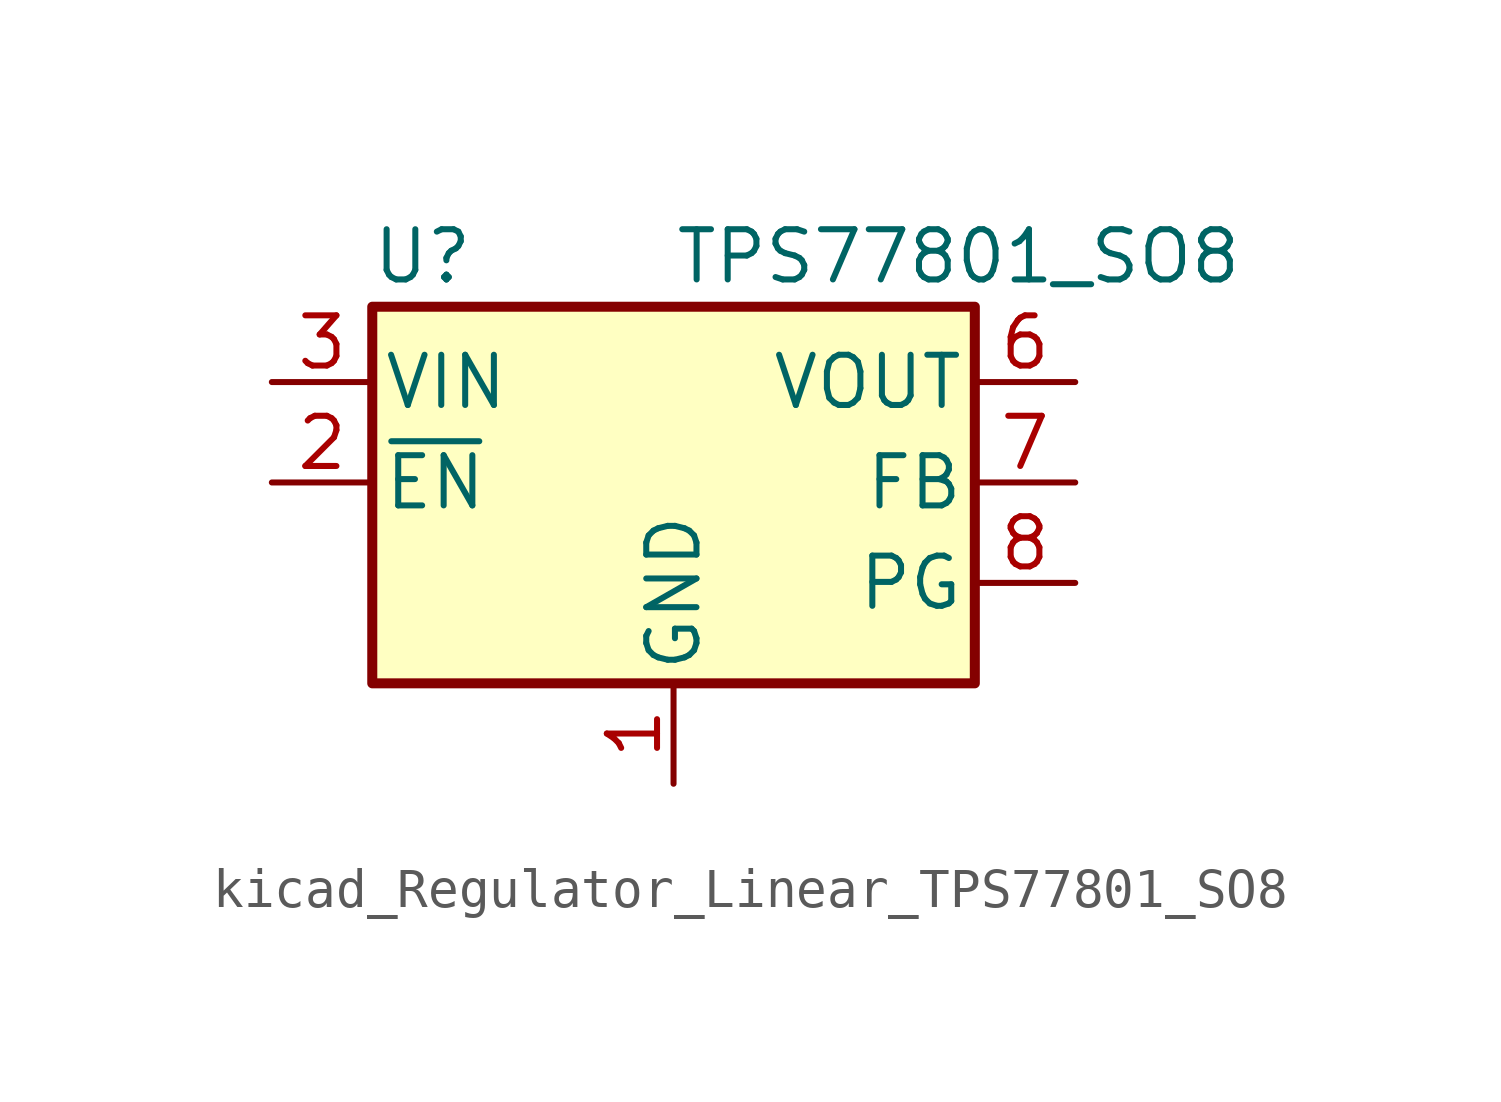
<source format=kicad_sym>
(kicad_symbol_lib
  (version 20220914)
  (generator kicad_symbol_editor)
  (symbol "kicad_Regulator_Linear_TPS77801_SO8"
    (pin_names
      (offset 0.254))
    (property "Reference" "U"
      (at -6.35 5.715 0)
      (effects (font (size 1.27 1.27))))
    (property "Value" "TPS77801_SO8"
      (at 0 5.715 0)
      (effects (font (size 1.27 1.27)) (justify left)))
    (symbol "kicad_Regulator_Linear_TPS77801_SO8_0_1"
      (rectangle (start -7.62 4.445) (end 7.62 -5.08) (stroke (width 0.254) (type default)) (fill (type background))))
    (symbol "kicad_Regulator_Linear_TPS77801_SO8_1_1"
      (pin power_in line (at 0 -7.62 90) (length 2.54) (name "GND" (effects (font (size 1.27 1.27)))) (number "1" (effects (font (size 1.27 1.27)))))
      (pin input line (at -10.16 0 0) (length 2.54) (name "~{EN}" (effects (font (size 1.27 1.27)))) (number "2" (effects (font (size 1.27 1.27)))))
      (pin power_in line (at -10.16 2.54 0) (length 2.54) (name "VIN" (effects (font (size 1.27 1.27)))) (number "3" (effects (font (size 1.27 1.27)))))
      (pin passive line (at -10.16 2.54 0) (length 2.54) hide (name "VIN" (effects (font (size 1.27 1.27)))) (number "4" (effects (font (size 1.27 1.27)))))
      (pin passive line (at 10.16 2.54 180) (length 2.54) hide (name "VOUT" (effects (font (size 1.27 1.27)))) (number "5" (effects (font (size 1.27 1.27)))))
      (pin power_out line (at 10.16 2.54 180) (length 2.54) (name "VOUT" (effects (font (size 1.27 1.27)))) (number "6" (effects (font (size 1.27 1.27)))))
      (pin passive line (at 10.16 0 180) (length 2.54) (name "FB" (effects (font (size 1.27 1.27)))) (number "7" (effects (font (size 1.27 1.27)))))
      (pin open_collector line (at 10.16 -2.54 180) (length 2.54) (name "PG" (effects (font (size 1.27 1.27)))) (number "8" (effects (font (size 1.27 1.27))))))))
</source>
